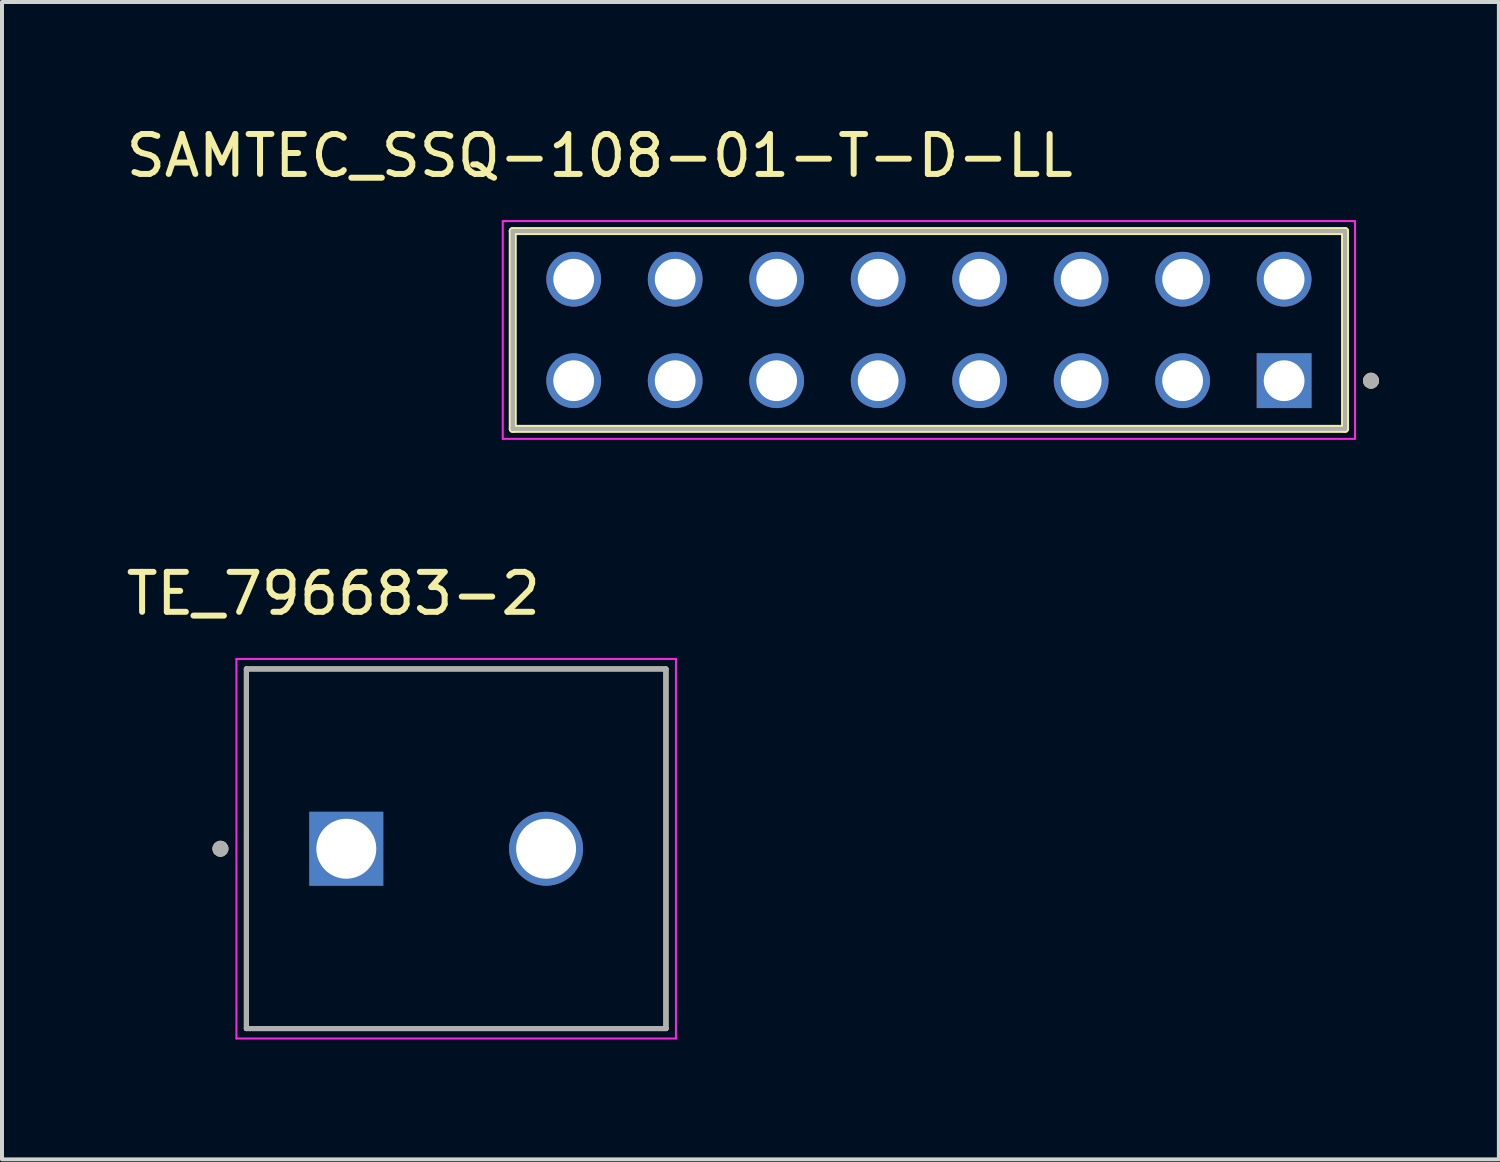
<source format=kicad_pcb>
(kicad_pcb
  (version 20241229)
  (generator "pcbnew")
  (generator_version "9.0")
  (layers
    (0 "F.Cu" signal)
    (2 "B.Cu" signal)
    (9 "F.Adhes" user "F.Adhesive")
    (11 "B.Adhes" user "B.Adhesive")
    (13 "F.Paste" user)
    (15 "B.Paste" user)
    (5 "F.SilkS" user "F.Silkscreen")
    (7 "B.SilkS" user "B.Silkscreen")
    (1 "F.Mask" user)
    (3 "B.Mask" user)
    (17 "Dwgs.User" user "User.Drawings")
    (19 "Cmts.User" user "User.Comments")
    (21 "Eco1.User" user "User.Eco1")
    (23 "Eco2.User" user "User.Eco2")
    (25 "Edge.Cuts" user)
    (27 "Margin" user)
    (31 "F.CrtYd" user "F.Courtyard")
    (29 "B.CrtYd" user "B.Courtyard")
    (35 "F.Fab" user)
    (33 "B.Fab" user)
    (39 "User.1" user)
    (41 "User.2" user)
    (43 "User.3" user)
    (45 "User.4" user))
  (footprint "SAMTEC_SSQ-108-01-T-D-LL"
    (layer "F.Cu")
    (at 20.198 5.208)
    (property "Reference" "SAMTEC_SSQ-108-01-T-D-LL" (at -8.24 -4.36 0) (layer "F.SilkS") (effects (font (size 1 1) (thickness 0.15))))
    (attr through_hole)
    (fp_line (start -10.415 2.475) (end -10.415 -2.475) (stroke (width 0.2) (type solid)) (layer "F.SilkS"))
    (fp_line (start 10.415 -2.475) (end -10.415 -2.475) (stroke (width 0.2) (type solid)) (layer "F.SilkS"))
    (fp_line (start 10.415 -2.475) (end 10.415 2.475) (stroke (width 0.2) (type solid)) (layer "F.SilkS"))
    (fp_line (start 10.415 2.475) (end -10.415 2.475) (stroke (width 0.2) (type solid)) (layer "F.SilkS"))
    (fp_circle (center 11.065 1.27) (end 11.165 1.27) (stroke (width 0.2) (type solid)) (fill no) (layer "F.SilkS"))
    (fp_line (start -10.665 -2.725) (end 10.665 -2.725) (stroke (width 0.05) (type solid)) (layer "F.CrtYd"))
    (fp_line (start -10.665 2.725) (end -10.665 -2.725) (stroke (width 0.05) (type solid)) (layer "F.CrtYd"))
    (fp_line (start 10.665 -2.725) (end 10.665 2.725) (stroke (width 0.05) (type solid)) (layer "F.CrtYd"))
    (fp_line (start 10.665 2.725) (end -10.665 2.725) (stroke (width 0.05) (type solid)) (layer "F.CrtYd"))
    (fp_line (start -10.415 -2.475) (end 10.415 -2.475) (stroke (width 0.1) (type solid)) (layer "F.Fab"))
    (fp_line (start -10.415 -2.475) (end 10.415 -2.475) (stroke (width 0.1) (type solid)) (layer "F.Fab"))
    (fp_line (start -10.415 2.475) (end -10.415 -2.475) (stroke (width 0.1) (type solid)) (layer "F.Fab"))
    (fp_line (start -10.415 2.475) (end -10.415 -2.475) (stroke (width 0.1) (type solid)) (layer "F.Fab"))
    (fp_line (start 10.415 -2.475) (end 10.415 2.475) (stroke (width 0.1) (type solid)) (layer "F.Fab"))
    (fp_line (start 10.415 -2.475) (end 10.415 2.475) (stroke (width 0.1) (type solid)) (layer "F.Fab"))
    (fp_line (start 10.415 2.475) (end -10.415 2.475) (stroke (width 0.1) (type solid)) (layer "F.Fab"))
    (fp_circle (center 11.065 1.27) (end 11.165 1.27) (stroke (width 0.2) (type solid)) (fill no) (layer "F.Fab"))
    (pad "01" thru_hole rect (at 8.89 1.27) (size 1.37 1.37) (drill 1.02) (layers "*.Cu" "*.Mask"))
    (pad "02" thru_hole circle (at 8.89 -1.27) (size 1.37 1.37) (drill 1.02) (layers "*.Cu" "*.Mask"))
    (pad "03" thru_hole circle (at 6.35 1.27) (size 1.37 1.37) (drill 1.02) (layers "*.Cu" "*.Mask"))
    (pad "04" thru_hole circle (at 6.35 -1.27) (size 1.37 1.37) (drill 1.02) (layers "*.Cu" "*.Mask"))
    (pad "05" thru_hole circle (at 3.81 1.27) (size 1.37 1.37) (drill 1.02) (layers "*.Cu" "*.Mask"))
    (pad "06" thru_hole circle (at 3.81 -1.27) (size 1.37 1.37) (drill 1.02) (layers "*.Cu" "*.Mask"))
    (pad "07" thru_hole circle (at 1.27 1.27) (size 1.37 1.37) (drill 1.02) (layers "*.Cu" "*.Mask"))
    (pad "08" thru_hole circle (at 1.27 -1.27) (size 1.37 1.37) (drill 1.02) (layers "*.Cu" "*.Mask"))
    (pad "09" thru_hole circle (at -1.27 1.27) (size 1.37 1.37) (drill 1.02) (layers "*.Cu" "*.Mask"))
    (pad "10" thru_hole circle (at -1.27 -1.27) (size 1.37 1.37) (drill 1.02) (layers "*.Cu" "*.Mask"))
    (pad "11" thru_hole circle (at -3.81 1.27) (size 1.37 1.37) (drill 1.02) (layers "*.Cu" "*.Mask"))
    (pad "12" thru_hole circle (at -3.81 -1.27) (size 1.37 1.37) (drill 1.02) (layers "*.Cu" "*.Mask"))
    (pad "13" thru_hole circle (at -6.35 1.27) (size 1.37 1.37) (drill 1.02) (layers "*.Cu" "*.Mask"))
    (pad "14" thru_hole circle (at -6.35 -1.27) (size 1.37 1.37) (drill 1.02) (layers "*.Cu" "*.Mask"))
    (pad "15" thru_hole circle (at -8.89 1.27) (size 1.37 1.37) (drill 1.02) (layers "*.Cu" "*.Mask"))
    (pad "16" thru_hole circle (at -8.89 -1.27) (size 1.37 1.37) (drill 1.02) (layers "*.Cu" "*.Mask")))
  (footprint "TE_796683-2"
    (layer "F.Cu")
    (at 5.617 18.192)
    (property "Reference" "TE_796683-2" (at -0.325 -6.385 0) (layer "F.SilkS") (effects (font (size 1 1) (thickness 0.15))))
    (attr through_hole)
    (fp_line (start -2.5 4.5) (end -2.5 -4.5) (stroke (width 0.127) (type solid)) (layer "F.SilkS"))
    (fp_line (start 8 -4.5) (end -2.5 -4.5) (stroke (width 0.127) (type solid)) (layer "F.SilkS"))
    (fp_line (start 8 -4.5) (end 8 4.5) (stroke (width 0.127) (type solid)) (layer "F.SilkS"))
    (fp_line (start 8 4.5) (end -2.5 4.5) (stroke (width 0.127) (type solid)) (layer "F.SilkS"))
    (fp_circle (center -3.15 0) (end -3.05 0) (stroke (width 0.2) (type solid)) (fill no) (layer "F.SilkS"))
    (fp_line (start -2.75 -4.75) (end 8.25 -4.75) (stroke (width 0.05) (type solid)) (layer "F.CrtYd"))
    (fp_line (start -2.75 4.75) (end -2.75 -4.75) (stroke (width 0.05) (type solid)) (layer "F.CrtYd"))
    (fp_line (start 8.25 -4.75) (end 8.25 4.75) (stroke (width 0.05) (type solid)) (layer "F.CrtYd"))
    (fp_line (start 8.25 4.75) (end -2.75 4.75) (stroke (width 0.05) (type solid)) (layer "F.CrtYd"))
    (fp_line (start -2.5 -4.5) (end 8 -4.5) (stroke (width 0.127) (type solid)) (layer "F.Fab"))
    (fp_line (start -2.5 4.5) (end -2.5 -4.5) (stroke (width 0.127) (type solid)) (layer "F.Fab"))
    (fp_line (start -2.5 4.5) (end -2.5 4.5) (stroke (width 0.127) (type solid)) (layer "F.Fab"))
    (fp_line (start -2.5 4.5) (end 8 4.5) (stroke (width 0.127) (type solid)) (layer "F.Fab"))
    (fp_line (start 8 -4.5) (end 8 4.5) (stroke (width 0.127) (type solid)) (layer "F.Fab"))
    (fp_line (start 8 4.5) (end -2.5 4.5) (stroke (width 0.127) (type solid)) (layer "F.Fab"))
    (fp_line (start 8 4.5) (end 8 4.5) (stroke (width 0.127) (type solid)) (layer "F.Fab"))
    (fp_circle (center -3.15 0) (end -3.05 0) (stroke (width 0.2) (type solid)) (fill no) (layer "F.Fab"))
    (pad "1" thru_hole rect (at 0 0) (size 1.85 1.85) (drill 1.5) (layers "*.Cu" "*.Mask"))
    (pad "2" thru_hole circle (at 5 0) (size 1.85 1.85) (drill 1.5) (layers "*.Cu" "*.Mask")))
  (gr_rect
    (start -3 -3)
    (end 34.463 25.966)
    (stroke (width 0.1) (type default))
    (fill no)
    (layer "Edge.Cuts")))
</source>
